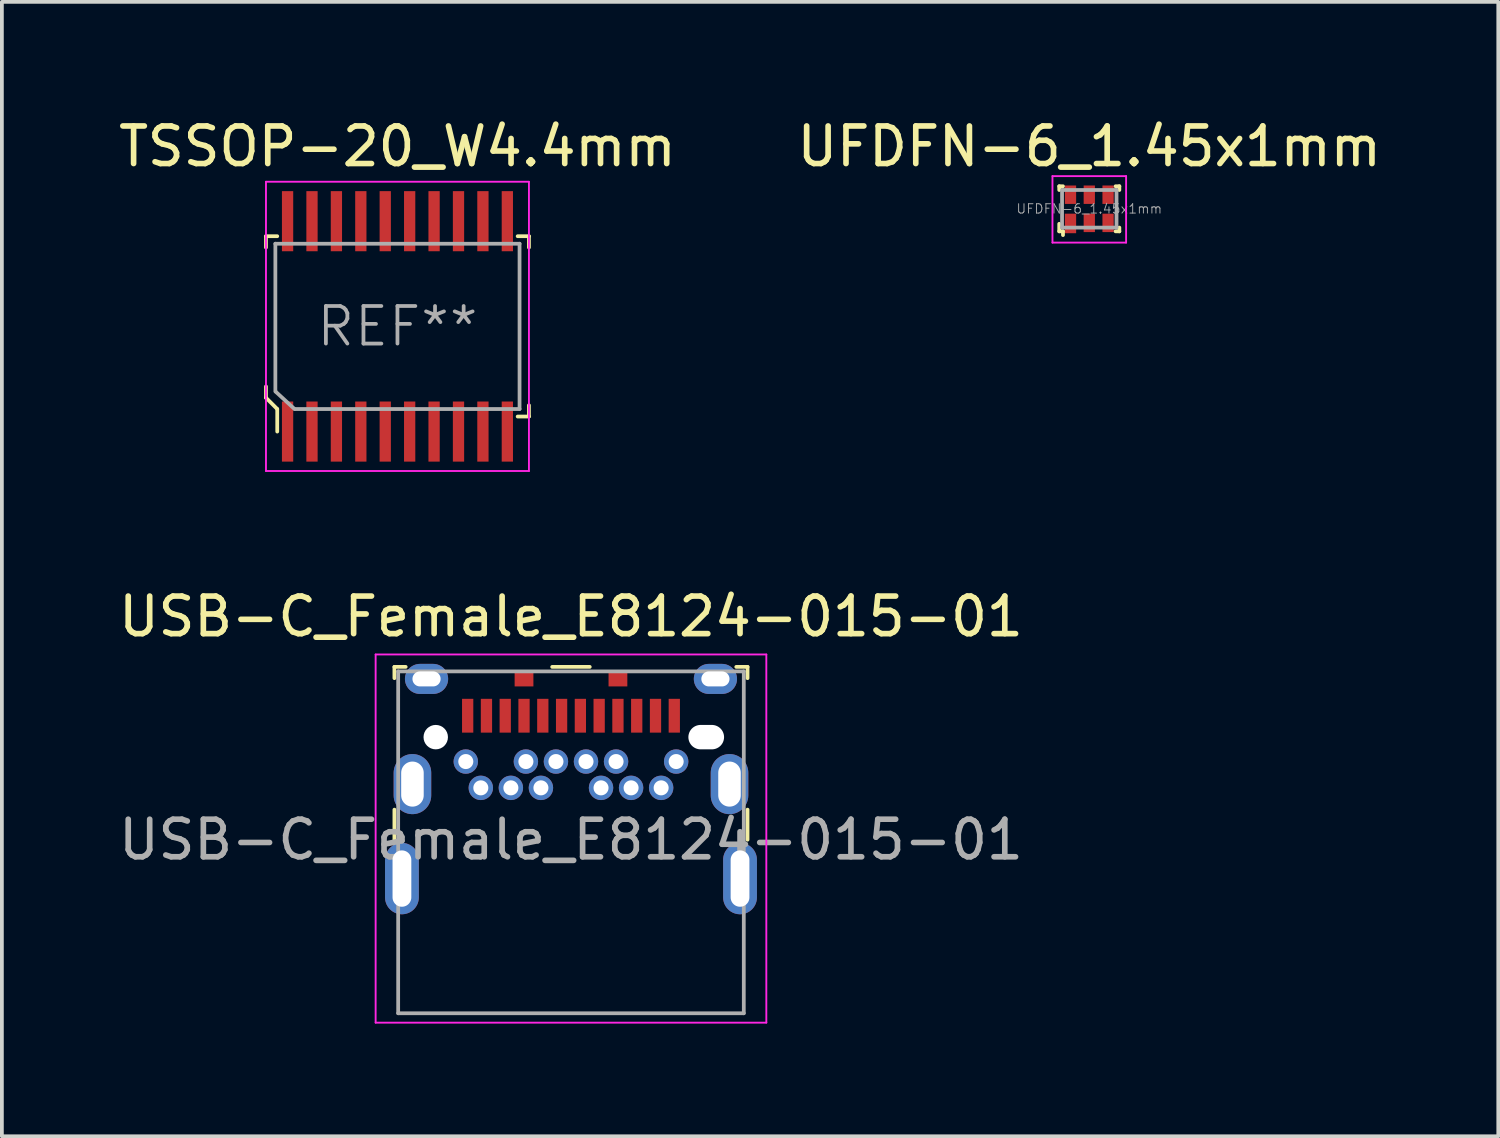
<source format=kicad_pcb>
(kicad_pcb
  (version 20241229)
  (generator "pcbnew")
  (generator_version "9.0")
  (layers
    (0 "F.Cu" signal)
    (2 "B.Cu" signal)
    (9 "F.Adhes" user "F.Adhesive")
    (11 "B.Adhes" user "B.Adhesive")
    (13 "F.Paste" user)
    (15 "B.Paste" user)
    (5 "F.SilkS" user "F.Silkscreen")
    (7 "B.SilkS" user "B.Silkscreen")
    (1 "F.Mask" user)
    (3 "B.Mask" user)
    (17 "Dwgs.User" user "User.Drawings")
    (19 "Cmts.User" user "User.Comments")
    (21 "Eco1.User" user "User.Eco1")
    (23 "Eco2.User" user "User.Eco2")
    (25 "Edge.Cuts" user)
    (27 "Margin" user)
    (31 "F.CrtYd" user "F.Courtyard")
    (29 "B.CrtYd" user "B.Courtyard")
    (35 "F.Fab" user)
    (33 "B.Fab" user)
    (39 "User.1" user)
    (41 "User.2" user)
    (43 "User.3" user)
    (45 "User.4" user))
  (footprint "UFDFN-6_1.45x1mm"
    (layer "F.Cu")
    (at 25.946 2.508)
    (property "Reference" "UFDFN-6_1.45x1mm" (at 0 -1.66 0) (layer "F.SilkS") (effects (font (size 1 1) (thickness 0.15))))
    (attr through_hole)
    (fp_line (start -0.8 -0.6) (end -0.8 -0.5) (stroke (width 0.1) (type solid)) (layer "F.SilkS"))
    (fp_line (start -0.8 0.4) (end -0.8 0.6) (stroke (width 0.1) (type solid)) (layer "F.SilkS"))
    (fp_line (start -0.8 0.6) (end -0.7 0.6) (stroke (width 0.1) (type solid)) (layer "F.SilkS"))
    (fp_line (start -0.7 -0.6) (end -0.8 -0.6) (stroke (width 0.1) (type solid)) (layer "F.SilkS"))
    (fp_line (start -0.7 0.6) (end -0.7 0.7) (stroke (width 0.1) (type solid)) (layer "F.SilkS"))
    (fp_line (start 0.7 -0.6) (end 0.8 -0.6) (stroke (width 0.1) (type solid)) (layer "F.SilkS"))
    (fp_line (start 0.7 0.6) (end 0.8 0.6) (stroke (width 0.1) (type solid)) (layer "F.SilkS"))
    (fp_line (start 0.8 -0.6) (end 0.8 -0.5) (stroke (width 0.1) (type solid)) (layer "F.SilkS"))
    (fp_line (start 0.8 0.6) (end 0.8 0.5) (stroke (width 0.1) (type solid)) (layer "F.SilkS"))
    (fp_line (start -0.98 -0.87) (end 0.98 -0.87) (stroke (width 0.05) (type solid)) (layer "F.CrtYd"))
    (fp_line (start -0.98 0.9) (end -0.98 -0.87) (stroke (width 0.05) (type solid)) (layer "F.CrtYd"))
    (fp_line (start -0.98 0.9) (end 0.98 0.9) (stroke (width 0.05) (type solid)) (layer "F.CrtYd"))
    (fp_line (start 0.98 0.9) (end 0.98 -0.87) (stroke (width 0.05) (type solid)) (layer "F.CrtYd"))
    (fp_line (start -0.73 0.5) (end 0.72 0.5) (stroke (width 0.1) (type solid)) (layer "F.Fab"))
    (fp_line (start -0.725 0.5) (end -0.725 -0.5) (stroke (width 0.1) (type solid)) (layer "F.Fab"))
    (fp_line (start -0.72 -0.5) (end 0.72 -0.5) (stroke (width 0.1) (type solid)) (layer "F.Fab"))
    (fp_line (start 0.725 0.5) (end 0.725 -0.5) (stroke (width 0.1) (type solid)) (layer "F.Fab"))
    (fp_text user "${REFERENCE}" (at 0 0 0) (layer "F.Fab") (effects (font (size 0.25 0.25) (thickness 0.025))))
    (pad "1" smd rect (at -0.5 0.39) (size 0.3 0.52) (layers "F.Cu" "F.Mask" "F.Paste"))
    (pad "2" smd rect (at 0 0.375) (size 0.3 0.49) (layers "F.Cu" "F.Mask" "F.Paste"))
    (pad "3" smd rect (at 0.5 0.375) (size 0.3 0.49) (layers "F.Cu" "F.Mask" "F.Paste"))
    (pad "4" smd rect (at 0.5 -0.375) (size 0.3 0.49) (layers "F.Cu" "F.Mask" "F.Paste"))
    (pad "5" smd rect (at 0 -0.375) (size 0.3 0.49) (layers "F.Cu" "F.Mask" "F.Paste"))
    (pad "6" smd rect (at -0.5 -0.375) (size 0.3 0.49) (layers "F.Cu" "F.Mask" "F.Paste")))
  (footprint "USB-C_Female_E8124-015-01"
    (layer "F.Cu")
    (at 12.149 16.002)
    (property "Reference" "USB-C_Female_E8124-015-01" (at 0 -2.64 0) (layer "F.SilkS") (effects (font (size 1 1) (thickness 0.15))))
    (attr through_hole)
    (fp_line (start -4.7 -1.3) (end -4.7 -1) (stroke (width 0.1) (type solid)) (layer "F.SilkS"))
    (fp_line (start -4.7 -1.3) (end -4.4 -1.3) (stroke (width 0.1) (type solid)) (layer "F.SilkS"))
    (fp_line (start -4.7 2.5) (end -4.7 3.3) (stroke (width 0.1) (type solid)) (layer "F.SilkS"))
    (fp_line (start -0.5 -1.3) (end 0.5 -1.3) (stroke (width 0.1) (type solid)) (layer "F.SilkS"))
    (fp_line (start 4.4 -1.3) (end 4.7 -1.3) (stroke (width 0.1) (type solid)) (layer "F.SilkS"))
    (fp_line (start 4.7 -1.3) (end 4.7 -1) (stroke (width 0.1) (type solid)) (layer "F.SilkS"))
    (fp_line (start 4.7 2.5) (end 4.7 3.3) (stroke (width 0.1) (type solid)) (layer "F.SilkS"))
    (fp_line (start -5.2 -1.63) (end -5.2 8.17) (stroke (width 0.05) (type solid)) (layer "F.CrtYd"))
    (fp_line (start 5.2 -1.63) (end -5.2 -1.63) (stroke (width 0.05) (type solid)) (layer "F.CrtYd"))
    (fp_line (start 5.2 -1.63) (end 5.2 8.17) (stroke (width 0.05) (type solid)) (layer "F.CrtYd"))
    (fp_line (start 5.2 8.17) (end -5.2 8.17) (stroke (width 0.05) (type solid)) (layer "F.CrtYd"))
    (fp_line (start -4.6 -1.18) (end -4.6 7.92) (stroke (width 0.1) (type solid)) (layer "F.Fab"))
    (fp_line (start 4.6 -1.18) (end -4.6 -1.18) (stroke (width 0.1) (type solid)) (layer "F.Fab"))
    (fp_line (start 4.6 -1.18) (end 4.6 7.92) (stroke (width 0.1) (type solid)) (layer "F.Fab"))
    (fp_line (start 4.6 7.92) (end -4.6 7.92) (stroke (width 0.1) (type solid)) (layer "F.Fab"))
    (fp_text user "${REFERENCE}" (at 0 3.3 0) (layer "F.Fab") (effects (font (size 1 1) (thickness 0.15))))
    (pad "" np_thru_hole circle (at -3.6 0.57) (size 0.65 0.65) (drill 0.65) (layers "*.Cu" "*.Mask"))
    (pad "" smd rect (at -1.25 -0.98) (size 0.5 0.4) (layers "F.Cu" "F.Mask" "F.Paste"))
    (pad "" smd rect (at 1.25 -0.98) (size 0.5 0.4) (layers "F.Cu" "F.Mask" "F.Paste"))
    (pad "" np_thru_hole oval (at 3.6 0.57) (size 0.95 0.65) (drill oval 0.95 0.65) (layers "*.Cu" "*.Mask"))
    (pad "A1" smd rect (at -2.75 0) (size 0.3 0.9) (layers "F.Cu" "F.Mask" "F.Paste"))
    (pad "A2" smd rect (at -2.25 0) (size 0.3 0.9) (layers "F.Cu" "F.Mask" "F.Paste"))
    (pad "A3" smd rect (at -1.75 0) (size 0.3 0.9) (layers "F.Cu" "F.Mask" "F.Paste"))
    (pad "A4" smd rect (at -1.25 0) (size 0.3 0.9) (layers "F.Cu" "F.Mask" "F.Paste"))
    (pad "A5" smd rect (at -0.75 0) (size 0.3 0.9) (layers "F.Cu" "F.Mask" "F.Paste"))
    (pad "A6" smd rect (at -0.25 0) (size 0.3 0.9) (layers "F.Cu" "F.Mask" "F.Paste"))
    (pad "A7" smd rect (at 0.25 0) (size 0.3 0.9) (layers "F.Cu" "F.Mask" "F.Paste"))
    (pad "A8" smd rect (at 0.75 0) (size 0.3 0.9) (layers "F.Cu" "F.Mask" "F.Paste"))
    (pad "A9" smd rect (at 1.25 0) (size 0.3 0.9) (layers "F.Cu" "F.Mask" "F.Paste"))
    (pad "A10" smd rect (at 1.75 0) (size 0.3 0.9) (layers "F.Cu" "F.Mask" "F.Paste"))
    (pad "A11" smd rect (at 2.25 0) (size 0.3 0.9) (layers "F.Cu" "F.Mask" "F.Paste"))
    (pad "A12" smd rect (at 2.75 0) (size 0.3 0.9) (layers "F.Cu" "F.Mask" "F.Paste"))
    (pad "B1" thru_hole circle (at 2.8 1.22) (size 0.65 0.65) (drill 0.4) (layers "*.Cu" "*.Mask"))
    (pad "B2" thru_hole circle (at 2.4 1.92) (size 0.65 0.65) (drill 0.4) (layers "*.Cu" "*.Mask"))
    (pad "B3" thru_hole circle (at 1.6 1.92) (size 0.65 0.65) (drill 0.4) (layers "*.Cu" "*.Mask"))
    (pad "B4" thru_hole circle (at 1.2 1.22) (size 0.65 0.65) (drill 0.4) (layers "*.Cu" "*.Mask"))
    (pad "B5" thru_hole circle (at 0.8 1.92) (size 0.65 0.65) (drill 0.4) (layers "*.Cu" "*.Mask"))
    (pad "B6" thru_hole circle (at 0.4 1.22) (size 0.65 0.65) (drill 0.4) (layers "*.Cu" "*.Mask"))
    (pad "B7" thru_hole circle (at -0.4 1.22) (size 0.65 0.65) (drill 0.4) (layers "*.Cu" "*.Mask"))
    (pad "B8" thru_hole circle (at -0.8 1.92) (size 0.65 0.65) (drill 0.4) (layers "*.Cu" "*.Mask"))
    (pad "B9" thru_hole circle (at -1.2 1.22) (size 0.65 0.65) (drill 0.4) (layers "*.Cu" "*.Mask"))
    (pad "B10" thru_hole circle (at -1.6 1.92) (size 0.65 0.65) (drill 0.4) (layers "*.Cu" "*.Mask"))
    (pad "B11" thru_hole circle (at -2.4 1.92) (size 0.65 0.65) (drill 0.4) (layers "*.Cu" "*.Mask"))
    (pad "B12" thru_hole circle (at -2.8 1.22) (size 0.65 0.65) (drill 0.4) (layers "*.Cu" "*.Mask"))
    (pad "SH" thru_hole oval (at -4.5 4.335) (size 0.9 1.9) (drill oval 0.5 1.5) (layers "*.Cu" "*.Mask"))
    (pad "SH" thru_hole oval (at -4.22 1.82) (size 1 1.6) (drill oval 0.6 1.2) (layers "*.Cu" "*.Mask"))
    (pad "SH" thru_hole oval (at -3.845 -0.98) (size 1.15 0.8) (drill oval 0.75 0.4) (layers "*.Cu" "*.Mask"))
    (pad "SH" thru_hole oval (at 3.845 -0.98) (size 1.15 0.8) (drill oval 0.75 0.4) (layers "*.Cu" "*.Mask"))
    (pad "SH" thru_hole oval (at 4.22 1.82) (size 1 1.6) (drill oval 0.6 1.2) (layers "*.Cu" "*.Mask"))
    (pad "SH" thru_hole oval (at 4.5 4.335) (size 0.9 1.9) (drill oval 0.5 1.5) (layers "*.Cu" "*.Mask")))
  (footprint "TSSOP-20_W4.4mm"
    (layer "F.Cu")
    (at 7.53 5.638)
    (property "Reference" "TSSOP-20_W4.4mm" (at 0 -4.79 0) (layer "F.SilkS") (effects (font (size 1 1) (thickness 0.15))))
    (attr through_hole)
    (fp_line (start -3.5 -2.4) (end -3.5 -2.1) (stroke (width 0.1) (type solid)) (layer "F.SilkS"))
    (fp_line (start -3.5 1.6) (end -3.5 1.9) (stroke (width 0.1) (type solid)) (layer "F.SilkS"))
    (fp_line (start -3.5 1.9) (end -3.2 2.2) (stroke (width 0.1) (type solid)) (layer "F.SilkS"))
    (fp_line (start -3.2 -2.4) (end -3.5 -2.4) (stroke (width 0.1) (type solid)) (layer "F.SilkS"))
    (fp_line (start -3.2 2.2) (end -3.2 2.8) (stroke (width 0.1) (type solid)) (layer "F.SilkS"))
    (fp_line (start 3.2 -2.4) (end 3.5 -2.4) (stroke (width 0.1) (type solid)) (layer "F.SilkS"))
    (fp_line (start 3.5 -2.4) (end 3.5 -2.1) (stroke (width 0.1) (type solid)) (layer "F.SilkS"))
    (fp_line (start 3.5 2.4) (end 3.2 2.4) (stroke (width 0.1) (type solid)) (layer "F.SilkS"))
    (fp_line (start 3.5 2.4) (end 3.5 2.1) (stroke (width 0.1) (type solid)) (layer "F.SilkS"))
    (fp_line (start -3.5 -3.85) (end -3.5 3.85) (stroke (width 0.05) (type solid)) (layer "F.CrtYd"))
    (fp_line (start -3.5 -3.85) (end 3.5 -3.85) (stroke (width 0.05) (type solid)) (layer "F.CrtYd"))
    (fp_line (start -3.5 3.85) (end 3.5 3.85) (stroke (width 0.05) (type solid)) (layer "F.CrtYd"))
    (fp_line (start 3.5 -3.85) (end 3.5 3.85) (stroke (width 0.05) (type solid)) (layer "F.CrtYd"))
    (fp_line (start -3.25 -2.2) (end -3.25 1.73) (stroke (width 0.1) (type solid)) (layer "F.Fab"))
    (fp_line (start -3.25 -2.2) (end 3.25 -2.2) (stroke (width 0.1) (type solid)) (layer "F.Fab"))
    (fp_line (start -3.24 1.74) (end -2.74 2.2) (stroke (width 0.1) (type solid)) (layer "F.Fab"))
    (fp_line (start 3.25 -2.2) (end 3.25 2.2) (stroke (width 0.1) (type solid)) (layer "F.Fab"))
    (fp_line (start 3.25 2.2) (end -2.73 2.2) (stroke (width 0.1) (type solid)) (layer "F.Fab"))
    (fp_text user "REF**" (at 0 0 0) (layer "F.Fab") (effects (font (size 1 1) (thickness 0.1))))
    (pad "1" smd rect (at -2.925 2.8) (size 0.3 1.6) (layers "F.Cu" "F.Mask" "F.Paste"))
    (pad "2" smd rect (at -2.275 2.8) (size 0.3 1.6) (layers "F.Cu" "F.Mask" "F.Paste"))
    (pad "3" smd rect (at -1.625 2.8) (size 0.3 1.6) (layers "F.Cu" "F.Mask" "F.Paste"))
    (pad "4" smd rect (at -0.975 2.8) (size 0.3 1.6) (layers "F.Cu" "F.Mask" "F.Paste"))
    (pad "5" smd rect (at -0.325 2.8) (size 0.3 1.6) (layers "F.Cu" "F.Mask" "F.Paste"))
    (pad "6" smd rect (at 0.325 2.8) (size 0.3 1.6) (layers "F.Cu" "F.Mask" "F.Paste"))
    (pad "7" smd rect (at 0.975 2.8) (size 0.3 1.6) (layers "F.Cu" "F.Mask" "F.Paste"))
    (pad "8" smd rect (at 1.625 2.8) (size 0.3 1.6) (layers "F.Cu" "F.Mask" "F.Paste"))
    (pad "9" smd rect (at 2.275 2.8) (size 0.3 1.6) (layers "F.Cu" "F.Mask" "F.Paste"))
    (pad "10" smd rect (at 2.925 2.8) (size 0.3 1.6) (layers "F.Cu" "F.Mask" "F.Paste"))
    (pad "11" smd rect (at 2.925 -2.8) (size 0.3 1.6) (layers "F.Cu" "F.Mask" "F.Paste"))
    (pad "12" smd rect (at 2.275 -2.8) (size 0.3 1.6) (layers "F.Cu" "F.Mask" "F.Paste"))
    (pad "13" smd rect (at 1.625 -2.8) (size 0.3 1.6) (layers "F.Cu" "F.Mask" "F.Paste"))
    (pad "14" smd rect (at 0.975 -2.8) (size 0.3 1.6) (layers "F.Cu" "F.Mask" "F.Paste"))
    (pad "15" smd rect (at 0.325 -2.8) (size 0.3 1.6) (layers "F.Cu" "F.Mask" "F.Paste"))
    (pad "16" smd rect (at -0.325 -2.8) (size 0.3 1.6) (layers "F.Cu" "F.Mask" "F.Paste"))
    (pad "17" smd rect (at -0.975 -2.8) (size 0.3 1.6) (layers "F.Cu" "F.Mask" "F.Paste"))
    (pad "18" smd rect (at -1.625 -2.8) (size 0.3 1.6) (layers "F.Cu" "F.Mask" "F.Paste"))
    (pad "19" smd rect (at -2.275 -2.8) (size 0.3 1.6) (layers "F.Cu" "F.Mask" "F.Paste"))
    (pad "20" smd rect (at -2.925 -2.8) (size 0.3 1.6) (layers "F.Cu" "F.Mask" "F.Paste")))
  (gr_rect
    (start -3 -3)
    (end 36.833 27.197)
    (stroke (width 0.1) (type default))
    (fill no)
    (layer "Edge.Cuts")))
</source>
